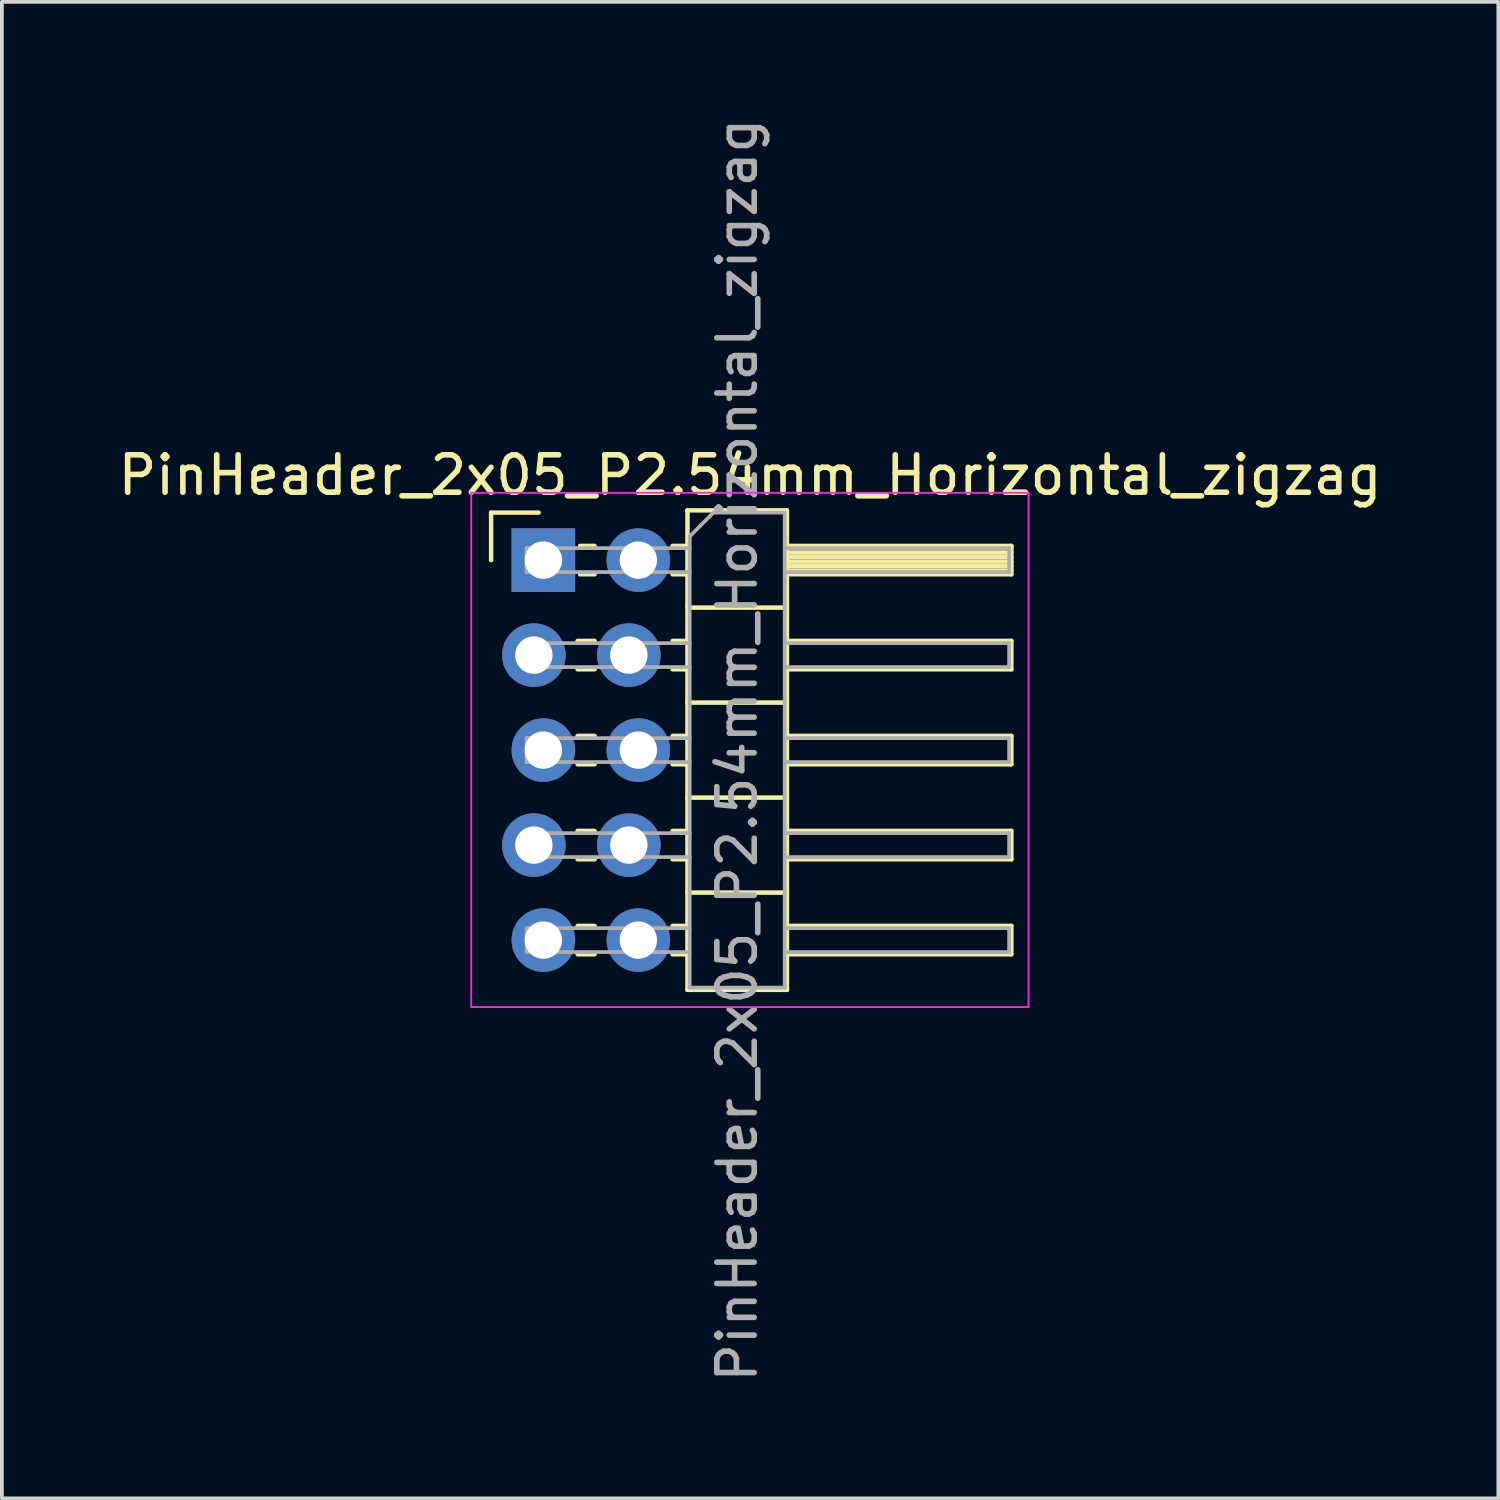
<source format=kicad_pcb>
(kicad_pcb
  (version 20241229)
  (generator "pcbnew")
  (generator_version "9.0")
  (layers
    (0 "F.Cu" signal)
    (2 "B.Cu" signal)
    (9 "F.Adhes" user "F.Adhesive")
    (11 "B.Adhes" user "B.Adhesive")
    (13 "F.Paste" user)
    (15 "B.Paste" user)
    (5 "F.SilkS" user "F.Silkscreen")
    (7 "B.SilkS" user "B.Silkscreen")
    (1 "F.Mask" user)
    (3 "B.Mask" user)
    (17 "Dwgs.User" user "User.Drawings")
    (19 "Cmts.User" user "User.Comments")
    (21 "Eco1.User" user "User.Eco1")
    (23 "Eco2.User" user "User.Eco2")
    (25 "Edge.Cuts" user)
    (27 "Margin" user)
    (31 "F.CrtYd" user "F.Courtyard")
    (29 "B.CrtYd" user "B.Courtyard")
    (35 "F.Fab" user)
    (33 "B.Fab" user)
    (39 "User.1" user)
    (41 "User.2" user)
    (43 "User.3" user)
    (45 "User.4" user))
  (footprint "PinHeader_2x05_P2.54mm_Horizontal_zigzag"
    (layer "F.Cu")
    (at 11.351 11.926)
    (property "Reference" "PinHeader_2x05_P2.54mm_Horizontal_zigzag" (at 5.655 -2.27 0) (layer "F.SilkS") (effects (font (size 1 1) (thickness 0.15))))
    (attr through_hole)
    (fp_line (start -1.27 -1.27) (end 0 -1.27) (stroke (width 0.12) (type solid)) (layer "F.SilkS"))
    (fp_line (start -1.27 0) (end -1.27 -1.27) (stroke (width 0.12) (type solid)) (layer "F.SilkS"))
    (fp_line (start 1.043 2.16) (end 1.497 2.16) (stroke (width 0.12) (type solid)) (layer "F.SilkS"))
    (fp_line (start 1.043 2.92) (end 1.497 2.92) (stroke (width 0.12) (type solid)) (layer "F.SilkS"))
    (fp_line (start 1.043 4.7) (end 1.497 4.7) (stroke (width 0.12) (type solid)) (layer "F.SilkS"))
    (fp_line (start 1.043 5.46) (end 1.497 5.46) (stroke (width 0.12) (type solid)) (layer "F.SilkS"))
    (fp_line (start 1.043 7.24) (end 1.497 7.24) (stroke (width 0.12) (type solid)) (layer "F.SilkS"))
    (fp_line (start 1.043 8) (end 1.497 8) (stroke (width 0.12) (type solid)) (layer "F.SilkS"))
    (fp_line (start 1.043 9.78) (end 1.497 9.78) (stroke (width 0.12) (type solid)) (layer "F.SilkS"))
    (fp_line (start 1.043 10.54) (end 1.497 10.54) (stroke (width 0.12) (type solid)) (layer "F.SilkS"))
    (fp_line (start 1.11 -0.38) (end 1.497 -0.38) (stroke (width 0.12) (type solid)) (layer "F.SilkS"))
    (fp_line (start 1.11 0.38) (end 1.497 0.38) (stroke (width 0.12) (type solid)) (layer "F.SilkS"))
    (fp_line (start 3.583 -0.38) (end 3.98 -0.38) (stroke (width 0.12) (type solid)) (layer "F.SilkS"))
    (fp_line (start 3.583 0.38) (end 3.98 0.38) (stroke (width 0.12) (type solid)) (layer "F.SilkS"))
    (fp_line (start 3.583 2.16) (end 3.98 2.16) (stroke (width 0.12) (type solid)) (layer "F.SilkS"))
    (fp_line (start 3.583 2.92) (end 3.98 2.92) (stroke (width 0.12) (type solid)) (layer "F.SilkS"))
    (fp_line (start 3.583 4.7) (end 3.98 4.7) (stroke (width 0.12) (type solid)) (layer "F.SilkS"))
    (fp_line (start 3.583 5.46) (end 3.98 5.46) (stroke (width 0.12) (type solid)) (layer "F.SilkS"))
    (fp_line (start 3.583 7.24) (end 3.98 7.24) (stroke (width 0.12) (type solid)) (layer "F.SilkS"))
    (fp_line (start 3.583 8) (end 3.98 8) (stroke (width 0.12) (type solid)) (layer "F.SilkS"))
    (fp_line (start 3.583 9.78) (end 3.98 9.78) (stroke (width 0.12) (type solid)) (layer "F.SilkS"))
    (fp_line (start 3.583 10.54) (end 3.98 10.54) (stroke (width 0.12) (type solid)) (layer "F.SilkS"))
    (fp_line (start 3.98 -1.33) (end 3.98 11.49) (stroke (width 0.12) (type solid)) (layer "F.SilkS"))
    (fp_line (start 3.98 1.27) (end 6.64 1.27) (stroke (width 0.12) (type solid)) (layer "F.SilkS"))
    (fp_line (start 3.98 3.81) (end 6.64 3.81) (stroke (width 0.12) (type solid)) (layer "F.SilkS"))
    (fp_line (start 3.98 6.35) (end 6.64 6.35) (stroke (width 0.12) (type solid)) (layer "F.SilkS"))
    (fp_line (start 3.98 8.89) (end 6.64 8.89) (stroke (width 0.12) (type solid)) (layer "F.SilkS"))
    (fp_line (start 3.98 11.49) (end 6.64 11.49) (stroke (width 0.12) (type solid)) (layer "F.SilkS"))
    (fp_line (start 6.64 -1.33) (end 3.98 -1.33) (stroke (width 0.12) (type solid)) (layer "F.SilkS"))
    (fp_line (start 6.64 -0.38) (end 12.64 -0.38) (stroke (width 0.12) (type solid)) (layer "F.SilkS"))
    (fp_line (start 6.64 -0.32) (end 12.64 -0.32) (stroke (width 0.12) (type solid)) (layer "F.SilkS"))
    (fp_line (start 6.64 -0.2) (end 12.64 -0.2) (stroke (width 0.12) (type solid)) (layer "F.SilkS"))
    (fp_line (start 6.64 -0.08) (end 12.64 -0.08) (stroke (width 0.12) (type solid)) (layer "F.SilkS"))
    (fp_line (start 6.64 0.04) (end 12.64 0.04) (stroke (width 0.12) (type solid)) (layer "F.SilkS"))
    (fp_line (start 6.64 0.16) (end 12.64 0.16) (stroke (width 0.12) (type solid)) (layer "F.SilkS"))
    (fp_line (start 6.64 0.28) (end 12.64 0.28) (stroke (width 0.12) (type solid)) (layer "F.SilkS"))
    (fp_line (start 6.64 2.16) (end 12.64 2.16) (stroke (width 0.12) (type solid)) (layer "F.SilkS"))
    (fp_line (start 6.64 4.7) (end 12.64 4.7) (stroke (width 0.12) (type solid)) (layer "F.SilkS"))
    (fp_line (start 6.64 7.24) (end 12.64 7.24) (stroke (width 0.12) (type solid)) (layer "F.SilkS"))
    (fp_line (start 6.64 9.78) (end 12.64 9.78) (stroke (width 0.12) (type solid)) (layer "F.SilkS"))
    (fp_line (start 6.64 11.49) (end 6.64 -1.33) (stroke (width 0.12) (type solid)) (layer "F.SilkS"))
    (fp_line (start 12.64 -0.38) (end 12.64 0.38) (stroke (width 0.12) (type solid)) (layer "F.SilkS"))
    (fp_line (start 12.64 0.38) (end 6.64 0.38) (stroke (width 0.12) (type solid)) (layer "F.SilkS"))
    (fp_line (start 12.64 2.16) (end 12.64 2.92) (stroke (width 0.12) (type solid)) (layer "F.SilkS"))
    (fp_line (start 12.64 2.92) (end 6.64 2.92) (stroke (width 0.12) (type solid)) (layer "F.SilkS"))
    (fp_line (start 12.64 4.7) (end 12.64 5.46) (stroke (width 0.12) (type solid)) (layer "F.SilkS"))
    (fp_line (start 12.64 5.46) (end 6.64 5.46) (stroke (width 0.12) (type solid)) (layer "F.SilkS"))
    (fp_line (start 12.64 7.24) (end 12.64 8) (stroke (width 0.12) (type solid)) (layer "F.SilkS"))
    (fp_line (start 12.64 8) (end 6.64 8) (stroke (width 0.12) (type solid)) (layer "F.SilkS"))
    (fp_line (start 12.64 9.78) (end 12.64 10.54) (stroke (width 0.12) (type solid)) (layer "F.SilkS"))
    (fp_line (start 12.64 10.54) (end 6.64 10.54) (stroke (width 0.12) (type solid)) (layer "F.SilkS"))
    (fp_line (start -1.8 -1.8) (end -1.8 11.95) (stroke (width 0.05) (type solid)) (layer "F.CrtYd"))
    (fp_line (start -1.8 11.95) (end 13.1 11.95) (stroke (width 0.05) (type solid)) (layer "F.CrtYd"))
    (fp_line (start 13.1 -1.8) (end -1.8 -1.8) (stroke (width 0.05) (type solid)) (layer "F.CrtYd"))
    (fp_line (start 13.1 11.95) (end 13.1 -1.8) (stroke (width 0.05) (type solid)) (layer "F.CrtYd"))
    (fp_line (start -0.32 -0.32) (end -0.32 0.32) (stroke (width 0.1) (type solid)) (layer "F.Fab"))
    (fp_line (start -0.32 -0.32) (end 4.04 -0.32) (stroke (width 0.1) (type solid)) (layer "F.Fab"))
    (fp_line (start -0.32 0.32) (end 4.04 0.32) (stroke (width 0.1) (type solid)) (layer "F.Fab"))
    (fp_line (start -0.32 2.22) (end -0.32 2.86) (stroke (width 0.1) (type solid)) (layer "F.Fab"))
    (fp_line (start -0.32 2.22) (end 4.04 2.22) (stroke (width 0.1) (type solid)) (layer "F.Fab"))
    (fp_line (start -0.32 2.86) (end 4.04 2.86) (stroke (width 0.1) (type solid)) (layer "F.Fab"))
    (fp_line (start -0.32 4.76) (end -0.32 5.4) (stroke (width 0.1) (type solid)) (layer "F.Fab"))
    (fp_line (start -0.32 4.76) (end 4.04 4.76) (stroke (width 0.1) (type solid)) (layer "F.Fab"))
    (fp_line (start -0.32 5.4) (end 4.04 5.4) (stroke (width 0.1) (type solid)) (layer "F.Fab"))
    (fp_line (start -0.32 7.3) (end -0.32 7.94) (stroke (width 0.1) (type solid)) (layer "F.Fab"))
    (fp_line (start -0.32 7.3) (end 4.04 7.3) (stroke (width 0.1) (type solid)) (layer "F.Fab"))
    (fp_line (start -0.32 7.94) (end 4.04 7.94) (stroke (width 0.1) (type solid)) (layer "F.Fab"))
    (fp_line (start -0.32 9.84) (end -0.32 10.48) (stroke (width 0.1) (type solid)) (layer "F.Fab"))
    (fp_line (start -0.32 9.84) (end 4.04 9.84) (stroke (width 0.1) (type solid)) (layer "F.Fab"))
    (fp_line (start -0.32 10.48) (end 4.04 10.48) (stroke (width 0.1) (type solid)) (layer "F.Fab"))
    (fp_line (start 4.04 -0.635) (end 4.675 -1.27) (stroke (width 0.1) (type solid)) (layer "F.Fab"))
    (fp_line (start 4.04 11.43) (end 4.04 -0.635) (stroke (width 0.1) (type solid)) (layer "F.Fab"))
    (fp_line (start 4.675 -1.27) (end 6.58 -1.27) (stroke (width 0.1) (type solid)) (layer "F.Fab"))
    (fp_line (start 6.58 -1.27) (end 6.58 11.43) (stroke (width 0.1) (type solid)) (layer "F.Fab"))
    (fp_line (start 6.58 -0.32) (end 12.58 -0.32) (stroke (width 0.1) (type solid)) (layer "F.Fab"))
    (fp_line (start 6.58 0.32) (end 12.58 0.32) (stroke (width 0.1) (type solid)) (layer "F.Fab"))
    (fp_line (start 6.58 2.22) (end 12.58 2.22) (stroke (width 0.1) (type solid)) (layer "F.Fab"))
    (fp_line (start 6.58 2.86) (end 12.58 2.86) (stroke (width 0.1) (type solid)) (layer "F.Fab"))
    (fp_line (start 6.58 4.76) (end 12.58 4.76) (stroke (width 0.1) (type solid)) (layer "F.Fab"))
    (fp_line (start 6.58 5.4) (end 12.58 5.4) (stroke (width 0.1) (type solid)) (layer "F.Fab"))
    (fp_line (start 6.58 7.3) (end 12.58 7.3) (stroke (width 0.1) (type solid)) (layer "F.Fab"))
    (fp_line (start 6.58 7.94) (end 12.58 7.94) (stroke (width 0.1) (type solid)) (layer "F.Fab"))
    (fp_line (start 6.58 9.84) (end 12.58 9.84) (stroke (width 0.1) (type solid)) (layer "F.Fab"))
    (fp_line (start 6.58 10.48) (end 12.58 10.48) (stroke (width 0.1) (type solid)) (layer "F.Fab"))
    (fp_line (start 6.58 11.43) (end 4.04 11.43) (stroke (width 0.1) (type solid)) (layer "F.Fab"))
    (fp_line (start 12.58 -0.32) (end 12.58 0.32) (stroke (width 0.1) (type solid)) (layer "F.Fab"))
    (fp_line (start 12.58 2.22) (end 12.58 2.86) (stroke (width 0.1) (type solid)) (layer "F.Fab"))
    (fp_line (start 12.58 4.76) (end 12.58 5.4) (stroke (width 0.1) (type solid)) (layer "F.Fab"))
    (fp_line (start 12.58 7.3) (end 12.58 7.94) (stroke (width 0.1) (type solid)) (layer "F.Fab"))
    (fp_line (start 12.58 9.84) (end 12.58 10.48) (stroke (width 0.1) (type solid)) (layer "F.Fab"))
    (fp_text user "${REFERENCE}" (at 5.31 5.08 90) (layer "F.Fab") (effects (font (size 1 1) (thickness 0.15))))
    (pad "1" thru_hole rect (at 0.127 0) (size 1.7 1.7) (drill 1) (layers "*.Cu" "*.Mask"))
    (pad "2" thru_hole oval (at 2.667 0) (size 1.7 1.7) (drill 1) (layers "*.Cu" "*.Mask"))
    (pad "3" thru_hole oval (at -0.127 2.54) (size 1.7 1.7) (drill 1) (layers "*.Cu" "*.Mask"))
    (pad "4" thru_hole oval (at 2.413 2.54) (size 1.7 1.7) (drill 1) (layers "*.Cu" "*.Mask"))
    (pad "5" thru_hole oval (at 0.127 5.08) (size 1.7 1.7) (drill 1) (layers "*.Cu" "*.Mask"))
    (pad "6" thru_hole oval (at 2.667 5.08) (size 1.7 1.7) (drill 1) (layers "*.Cu" "*.Mask"))
    (pad "7" thru_hole oval (at -0.127 7.62) (size 1.7 1.7) (drill 1) (layers "*.Cu" "*.Mask"))
    (pad "8" thru_hole oval (at 2.413 7.62) (size 1.7 1.7) (drill 1) (layers "*.Cu" "*.Mask"))
    (pad "9" thru_hole oval (at 0.127 10.16) (size 1.7 1.7) (drill 1) (layers "*.Cu" "*.Mask"))
    (pad "10" thru_hole oval (at 2.667 10.16) (size 1.7 1.7) (drill 1) (layers "*.Cu" "*.Mask")))
  (gr_rect
    (start -3 -3)
    (end 37.012 37.012)
    (stroke (width 0.1) (type default))
    (fill no)
    (layer "Edge.Cuts")))
</source>
